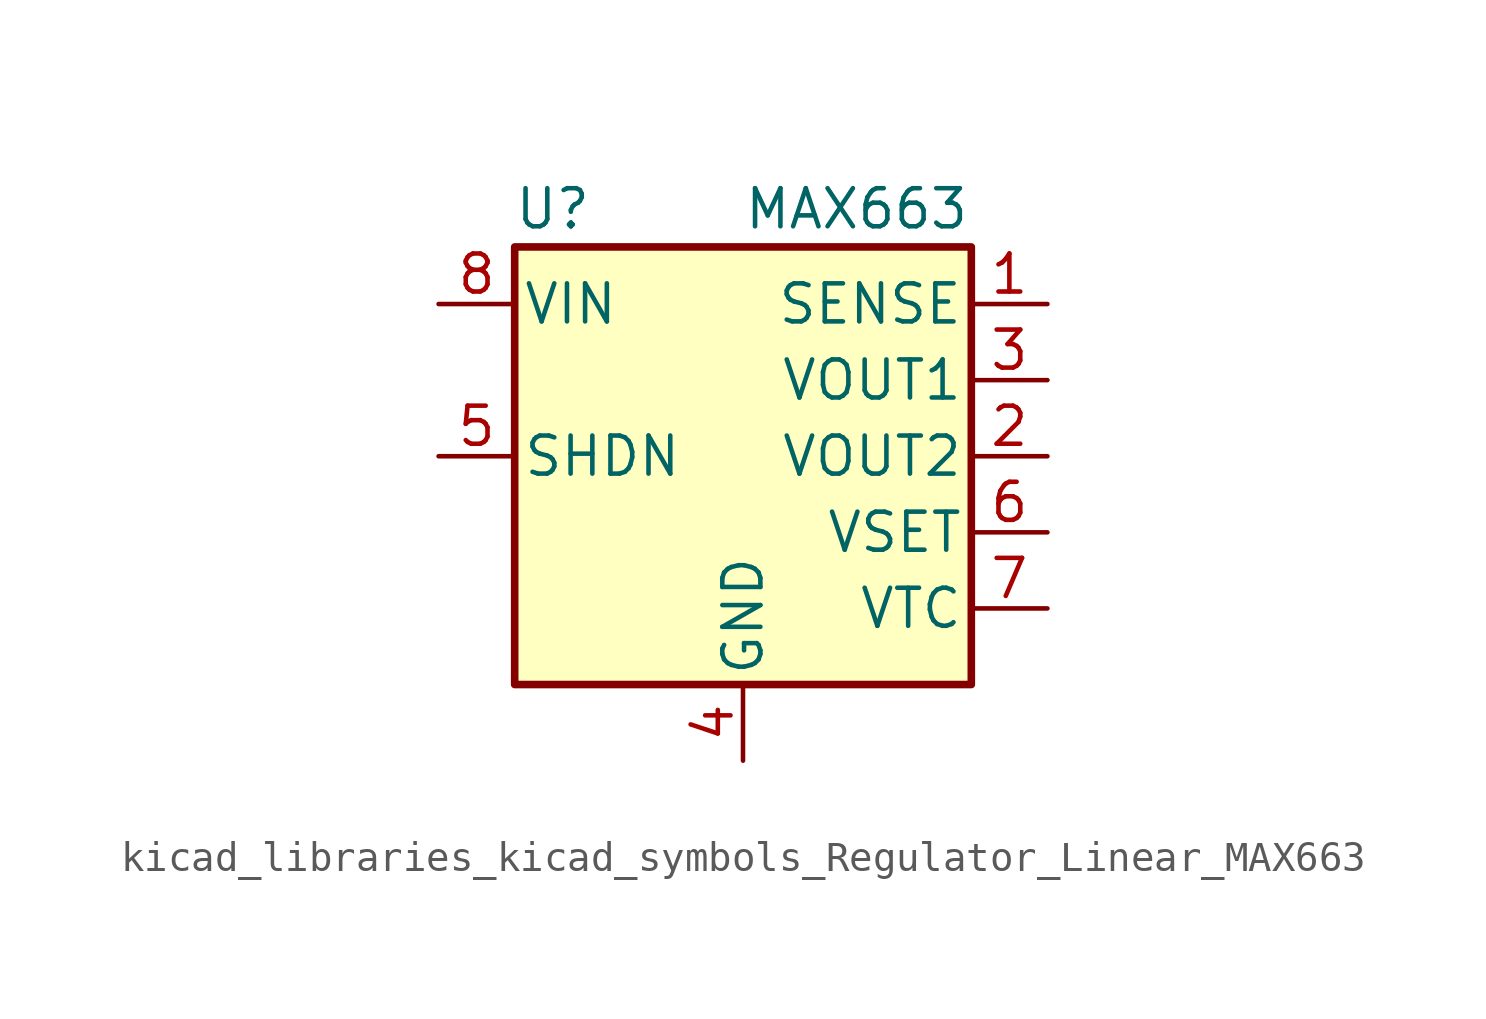
<source format=kicad_sym>
(kicad_symbol_lib
  (version 20220914)
  (generator kicad_symbol_editor)
  (symbol "kicad_libraries_kicad_symbols_Regulator_Linear_MAX663"
    (pin_names
      (offset 0.254))
    (property "Reference" "U"
      (at -6.35 8.255 0)
      (effects (font (size 1.27 1.27))))
    (property "Value" "MAX663"
      (at 0 8.255 0)
      (effects (font (size 1.27 1.27)) (justify left)))
    (symbol "kicad_libraries_kicad_symbols_Regulator_Linear_MAX663_0_1"
      (rectangle (start -7.62 -7.62) (end 7.62 6.985) (stroke (width 0.254) (type default)) (fill (type background))))
    (symbol "kicad_libraries_kicad_symbols_Regulator_Linear_MAX663_1_1"
      (pin input line (at 10.16 5.08 180) (length 2.54) (name "SENSE" (effects (font (size 1.27 1.27)))) (number "1" (effects (font (size 1.27 1.27)))))
      (pin power_out line (at 10.16 0 180) (length 2.54) (name "VOUT2" (effects (font (size 1.27 1.27)))) (number "2" (effects (font (size 1.27 1.27)))))
      (pin power_out line (at 10.16 2.54 180) (length 2.54) (name "VOUT1" (effects (font (size 1.27 1.27)))) (number "3" (effects (font (size 1.27 1.27)))))
      (pin power_in line (at 0 -10.16 90) (length 2.54) (name "GND" (effects (font (size 1.27 1.27)))) (number "4" (effects (font (size 1.27 1.27)))))
      (pin input line (at -10.16 0 0) (length 2.54) (name "SHDN" (effects (font (size 1.27 1.27)))) (number "5" (effects (font (size 1.27 1.27)))))
      (pin input line (at 10.16 -2.54 180) (length 2.54) (name "VSET" (effects (font (size 1.27 1.27)))) (number "6" (effects (font (size 1.27 1.27)))))
      (pin output line (at 10.16 -5.08 180) (length 2.54) (name "VTC" (effects (font (size 1.27 1.27)))) (number "7" (effects (font (size 1.27 1.27)))))
      (pin power_in line (at -10.16 5.08 0) (length 2.54) (name "VIN" (effects (font (size 1.27 1.27)))) (number "8" (effects (font (size 1.27 1.27))))))))
</source>
